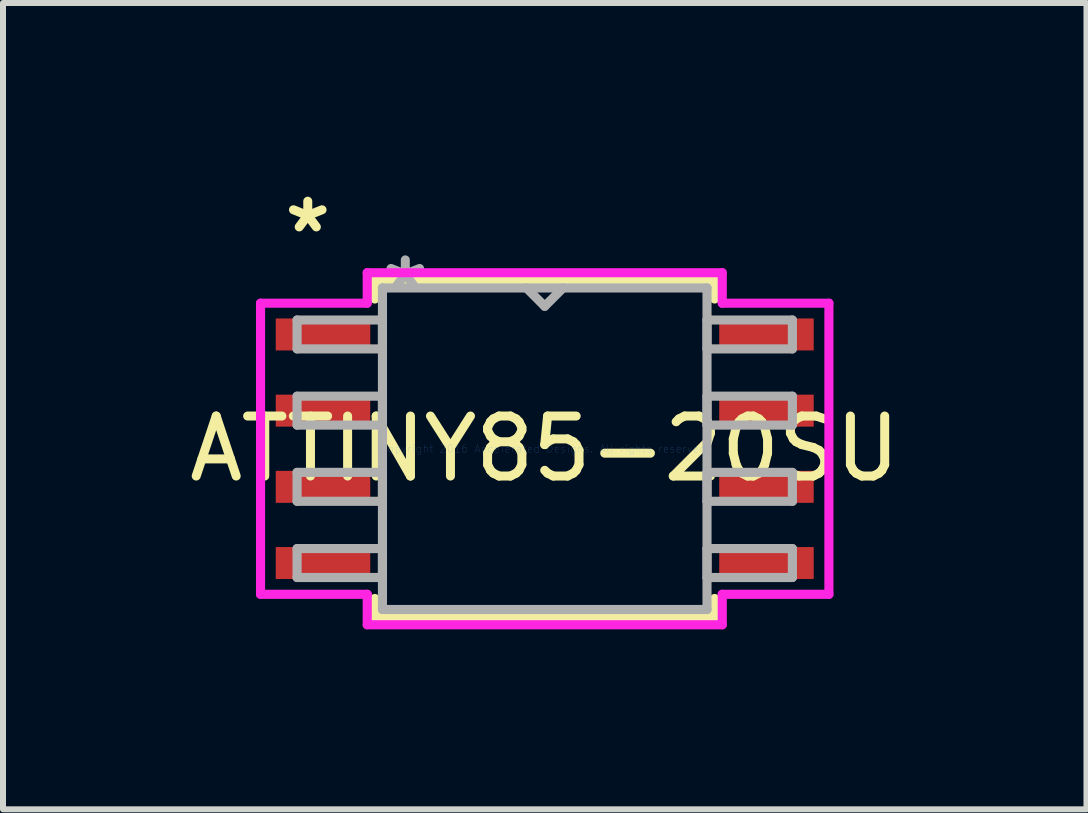
<source format=kicad_pcb>
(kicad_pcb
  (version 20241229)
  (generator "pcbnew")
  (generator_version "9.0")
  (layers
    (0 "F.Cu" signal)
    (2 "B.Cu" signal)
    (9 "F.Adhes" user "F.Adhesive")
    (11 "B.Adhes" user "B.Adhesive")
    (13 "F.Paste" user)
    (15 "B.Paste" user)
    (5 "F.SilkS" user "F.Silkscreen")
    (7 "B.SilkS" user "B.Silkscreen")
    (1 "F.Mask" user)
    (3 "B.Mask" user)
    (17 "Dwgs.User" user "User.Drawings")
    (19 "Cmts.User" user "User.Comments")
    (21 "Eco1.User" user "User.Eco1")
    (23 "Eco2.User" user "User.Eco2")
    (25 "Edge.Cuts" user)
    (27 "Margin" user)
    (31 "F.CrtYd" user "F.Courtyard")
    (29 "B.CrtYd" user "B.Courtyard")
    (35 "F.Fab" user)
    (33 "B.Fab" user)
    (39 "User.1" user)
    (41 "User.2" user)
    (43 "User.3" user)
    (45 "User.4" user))
  (footprint "ATTINY85-20SU"
    (layer "F.Cu")
    (at 6.03 4.43)
    (property "Reference" "ATTINY85-20SU" (at 0 0 0) (layer "F.SilkS") (effects (font (size 1 1) (thickness 0.15))))
    (attr through_hole)
    (fp_line (start -2.832 -2.807) (end -2.832 -2.496) (stroke (width 0.152) (type solid)) (layer "F.SilkS"))
    (fp_line (start -2.832 2.496) (end -2.832 2.807) (stroke (width 0.152) (type solid)) (layer "F.SilkS"))
    (fp_line (start -2.832 2.807) (end 2.832 2.807) (stroke (width 0.152) (type solid)) (layer "F.SilkS"))
    (fp_line (start 2.832 -2.807) (end -2.832 -2.807) (stroke (width 0.152) (type solid)) (layer "F.SilkS"))
    (fp_line (start 2.832 -2.496) (end 2.832 -2.807) (stroke (width 0.152) (type solid)) (layer "F.SilkS"))
    (fp_line (start 2.832 2.807) (end 2.832 2.496) (stroke (width 0.152) (type solid)) (layer "F.SilkS"))
    (fp_line (start -4.737 -2.426) (end -2.959 -2.426) (stroke (width 0.152) (type solid)) (layer "F.CrtYd"))
    (fp_line (start -4.737 2.426) (end -4.737 -2.426) (stroke (width 0.152) (type solid)) (layer "F.CrtYd"))
    (fp_line (start -2.959 -2.934) (end 2.959 -2.934) (stroke (width 0.152) (type solid)) (layer "F.CrtYd"))
    (fp_line (start -2.959 -2.426) (end -2.959 -2.934) (stroke (width 0.152) (type solid)) (layer "F.CrtYd"))
    (fp_line (start -2.959 2.426) (end -4.737 2.426) (stroke (width 0.152) (type solid)) (layer "F.CrtYd"))
    (fp_line (start -2.959 2.934) (end -2.959 2.426) (stroke (width 0.152) (type solid)) (layer "F.CrtYd"))
    (fp_line (start 2.959 -2.934) (end 2.959 -2.426) (stroke (width 0.152) (type solid)) (layer "F.CrtYd"))
    (fp_line (start 2.959 -2.426) (end 4.737 -2.426) (stroke (width 0.152) (type solid)) (layer "F.CrtYd"))
    (fp_line (start 2.959 2.426) (end 2.959 2.934) (stroke (width 0.152) (type solid)) (layer "F.CrtYd"))
    (fp_line (start 2.959 2.934) (end -2.959 2.934) (stroke (width 0.152) (type solid)) (layer "F.CrtYd"))
    (fp_line (start 4.737 -2.426) (end 4.737 2.426) (stroke (width 0.152) (type solid)) (layer "F.CrtYd"))
    (fp_line (start 4.737 2.426) (end 2.959 2.426) (stroke (width 0.152) (type solid)) (layer "F.CrtYd"))
    (fp_line (start -4.128 -2.146) (end -4.128 -1.664) (stroke (width 0.152) (type solid)) (layer "F.Fab"))
    (fp_line (start -4.128 -1.664) (end -2.705 -1.664) (stroke (width 0.152) (type solid)) (layer "F.Fab"))
    (fp_line (start -4.128 -0.876) (end -4.128 -0.394) (stroke (width 0.152) (type solid)) (layer "F.Fab"))
    (fp_line (start -4.128 -0.394) (end -2.705 -0.394) (stroke (width 0.152) (type solid)) (layer "F.Fab"))
    (fp_line (start -4.128 0.394) (end -4.128 0.876) (stroke (width 0.152) (type solid)) (layer "F.Fab"))
    (fp_line (start -4.128 0.876) (end -2.705 0.876) (stroke (width 0.152) (type solid)) (layer "F.Fab"))
    (fp_line (start -4.128 1.664) (end -4.128 2.146) (stroke (width 0.152) (type solid)) (layer "F.Fab"))
    (fp_line (start -4.128 2.146) (end -2.705 2.146) (stroke (width 0.152) (type solid)) (layer "F.Fab"))
    (fp_line (start -2.705 -2.68) (end -2.705 2.68) (stroke (width 0.152) (type solid)) (layer "F.Fab"))
    (fp_line (start -2.705 -2.146) (end -4.128 -2.146) (stroke (width 0.152) (type solid)) (layer "F.Fab"))
    (fp_line (start -2.705 -1.664) (end -2.705 -2.146) (stroke (width 0.152) (type solid)) (layer "F.Fab"))
    (fp_line (start -2.705 -0.876) (end -4.128 -0.876) (stroke (width 0.152) (type solid)) (layer "F.Fab"))
    (fp_line (start -2.705 -0.394) (end -2.705 -0.876) (stroke (width 0.152) (type solid)) (layer "F.Fab"))
    (fp_line (start -2.705 0.394) (end -4.128 0.394) (stroke (width 0.152) (type solid)) (layer "F.Fab"))
    (fp_line (start -2.705 0.876) (end -2.705 0.394) (stroke (width 0.152) (type solid)) (layer "F.Fab"))
    (fp_line (start -2.705 1.664) (end -4.128 1.664) (stroke (width 0.152) (type solid)) (layer "F.Fab"))
    (fp_line (start -2.705 2.146) (end -2.705 1.664) (stroke (width 0.152) (type solid)) (layer "F.Fab"))
    (fp_line (start -2.705 2.68) (end 2.705 2.68) (stroke (width 0.152) (type solid)) (layer "F.Fab"))
    (fp_line (start -0.305 -2.68) (end 0 -2.375) (stroke (width 0.152) (type solid)) (layer "F.Fab"))
    (fp_line (start 0 -2.375) (end 0.305 -2.68) (stroke (width 0.152) (type solid)) (layer "F.Fab"))
    (fp_line (start 2.705 -2.68) (end -2.705 -2.68) (stroke (width 0.152) (type solid)) (layer "F.Fab"))
    (fp_line (start 2.705 -2.146) (end 2.705 -1.664) (stroke (width 0.152) (type solid)) (layer "F.Fab"))
    (fp_line (start 2.705 -1.664) (end 4.128 -1.664) (stroke (width 0.152) (type solid)) (layer "F.Fab"))
    (fp_line (start 2.705 -0.876) (end 2.705 -0.394) (stroke (width 0.152) (type solid)) (layer "F.Fab"))
    (fp_line (start 2.705 -0.394) (end 4.128 -0.394) (stroke (width 0.152) (type solid)) (layer "F.Fab"))
    (fp_line (start 2.705 0.394) (end 2.705 0.876) (stroke (width 0.152) (type solid)) (layer "F.Fab"))
    (fp_line (start 2.705 0.876) (end 4.128 0.876) (stroke (width 0.152) (type solid)) (layer "F.Fab"))
    (fp_line (start 2.705 1.664) (end 2.705 2.146) (stroke (width 0.152) (type solid)) (layer "F.Fab"))
    (fp_line (start 2.705 2.146) (end 4.128 2.146) (stroke (width 0.152) (type solid)) (layer "F.Fab"))
    (fp_line (start 2.705 2.68) (end 2.705 -2.68) (stroke (width 0.152) (type solid)) (layer "F.Fab"))
    (fp_line (start 4.128 -2.146) (end 2.705 -2.146) (stroke (width 0.152) (type solid)) (layer "F.Fab"))
    (fp_line (start 4.128 -1.664) (end 4.128 -2.146) (stroke (width 0.152) (type solid)) (layer "F.Fab"))
    (fp_line (start 4.128 -0.876) (end 2.705 -0.876) (stroke (width 0.152) (type solid)) (layer "F.Fab"))
    (fp_line (start 4.128 -0.394) (end 4.128 -0.876) (stroke (width 0.152) (type solid)) (layer "F.Fab"))
    (fp_line (start 4.128 0.394) (end 2.705 0.394) (stroke (width 0.152) (type solid)) (layer "F.Fab"))
    (fp_line (start 4.128 0.876) (end 4.128 0.394) (stroke (width 0.152) (type solid)) (layer "F.Fab"))
    (fp_line (start 4.128 1.664) (end 2.705 1.664) (stroke (width 0.152) (type solid)) (layer "F.Fab"))
    (fp_line (start 4.128 2.146) (end 4.128 1.664) (stroke (width 0.152) (type solid)) (layer "F.Fab"))
    (fp_text user "*" (at -3.95 -3.581 0) (layer "F.SilkS") (effects (font (size 1 1) (thickness 0.15))))
    (fp_text user "Copyright 2016 Accelerated Designs. All rights reserved." (at 0 0 0) (layer "Cmts.User") (effects (font (size 0.127 0.127) (thickness 0.002))))
    (fp_text user "*" (at -2.324 -2.603 0) (layer "F.Fab") (effects (font (size 1 1) (thickness 0.15))))
    (pad "1" smd rect (at -3.696 -1.905) (size 1.575 0.533) (layers "F.Cu" "F.Mask" "F.Paste"))
    (pad "2" smd rect (at -3.696 -0.635) (size 1.575 0.533) (layers "F.Cu" "F.Mask" "F.Paste"))
    (pad "3" smd rect (at -3.696 0.635) (size 1.575 0.533) (layers "F.Cu" "F.Mask" "F.Paste"))
    (pad "4" smd rect (at -3.696 1.905) (size 1.575 0.533) (layers "F.Cu" "F.Mask" "F.Paste"))
    (pad "5" smd rect (at 3.696 1.905) (size 1.575 0.533) (layers "F.Cu" "F.Mask" "F.Paste"))
    (pad "6" smd rect (at 3.696 0.635) (size 1.575 0.533) (layers "F.Cu" "F.Mask" "F.Paste"))
    (pad "7" smd rect (at 3.696 -0.635) (size 1.575 0.533) (layers "F.Cu" "F.Mask" "F.Paste"))
    (pad "8" smd rect (at 3.696 -1.905) (size 1.575 0.533) (layers "F.Cu" "F.Mask" "F.Paste")))
  (gr_rect
    (start -3 -3)
    (end 15.06 10.44)
    (stroke (width 0.1) (type default))
    (fill no)
    (layer "Edge.Cuts")))
</source>
